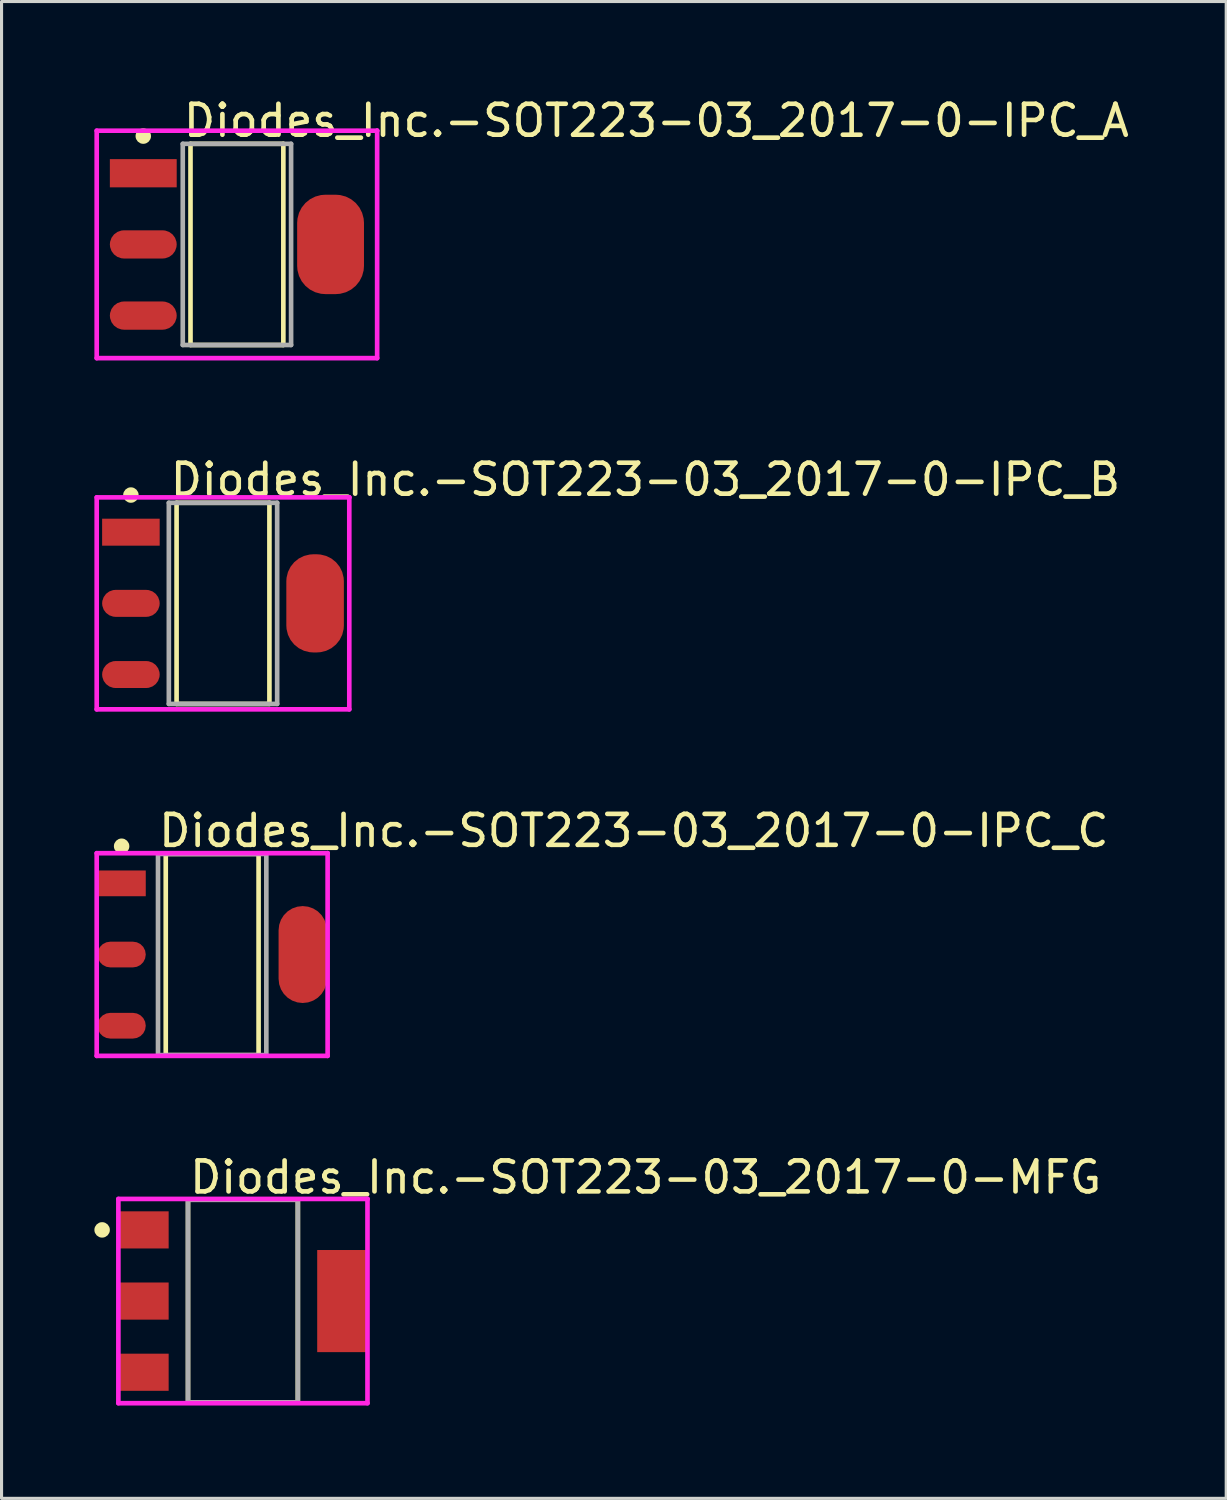
<source format=kicad_pcb>
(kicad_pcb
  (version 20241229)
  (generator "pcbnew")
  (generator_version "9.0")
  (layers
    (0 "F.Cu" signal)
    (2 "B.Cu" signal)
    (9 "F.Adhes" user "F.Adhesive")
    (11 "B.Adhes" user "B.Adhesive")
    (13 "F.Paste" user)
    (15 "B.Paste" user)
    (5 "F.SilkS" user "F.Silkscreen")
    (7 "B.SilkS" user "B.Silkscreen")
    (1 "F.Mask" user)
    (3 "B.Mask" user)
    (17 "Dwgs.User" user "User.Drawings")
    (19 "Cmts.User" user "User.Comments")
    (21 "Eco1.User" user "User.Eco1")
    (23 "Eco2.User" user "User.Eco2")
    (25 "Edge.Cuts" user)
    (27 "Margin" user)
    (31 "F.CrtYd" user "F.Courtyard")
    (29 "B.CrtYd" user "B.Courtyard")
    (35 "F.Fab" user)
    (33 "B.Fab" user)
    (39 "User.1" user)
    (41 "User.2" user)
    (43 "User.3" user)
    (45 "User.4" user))
  (footprint "Diodes_Inc.-SOT223-03_2017-0-IPC_C"
    (layer "F.Cu")
    (at 3.806 27.795)
    (property "Reference" "Diodes_Inc.-SOT223-03_2017-0-IPC_C" (at -1.806 -4 0) (layer "F.SilkS") (effects (font (size 1 1) (thickness 0.15)) (justify left)))
    (attr through_hole)
    (fp_line (start -1.5 -3.25) (end 1.5 -3.25) (stroke (width 0.15) (type solid)) (layer "F.SilkS"))
    (fp_line (start -1.5 3.25) (end -1.5 -3.25) (stroke (width 0.15) (type solid)) (layer "F.SilkS"))
    (fp_line (start -1.5 3.25) (end 1.5 3.25) (stroke (width 0.15) (type solid)) (layer "F.SilkS"))
    (fp_line (start 1.5 3.25) (end 1.5 -3.25) (stroke (width 0.15) (type solid)) (layer "F.SilkS"))
    (fp_circle (center -2.926 -3.5) (end -2.801 -3.5) (stroke (width 0.25) (type solid)) (fill no) (layer "F.SilkS"))
    (fp_line (start -3.731 -3.275) (end -3.731 3.275) (stroke (width 0.15) (type solid)) (layer "F.CrtYd"))
    (fp_line (start -3.731 3.275) (end 3.731 3.275) (stroke (width 0.15) (type solid)) (layer "F.CrtYd"))
    (fp_line (start 3.731 -3.275) (end -3.731 -3.275) (stroke (width 0.15) (type solid)) (layer "F.CrtYd"))
    (fp_line (start 3.731 -3.275) (end 3.731 -3.275) (stroke (width 0.15) (type solid)) (layer "F.CrtYd"))
    (fp_line (start 3.731 3.275) (end 3.731 -3.275) (stroke (width 0.15) (type solid)) (layer "F.CrtYd"))
    (fp_line (start -1.75 -3.25) (end 1.75 -3.25) (stroke (width 0.15) (type solid)) (layer "F.Fab"))
    (fp_line (start -1.75 3.25) (end -1.75 -3.25) (stroke (width 0.15) (type solid)) (layer "F.Fab"))
    (fp_line (start 1.75 -3.25) (end 1.75 3.25) (stroke (width 0.15) (type solid)) (layer "F.Fab"))
    (fp_line (start 1.75 3.25) (end -1.75 3.25) (stroke (width 0.15) (type solid)) (layer "F.Fab"))
    (pad "1" smd rect (at -2.926 -2.3) (size 1.56 0.832) (layers "F.Cu" "F.Mask" "F.Paste"))
    (pad "2" smd roundrect (at -2.926 0) (size 1.56 0.832) (layers "F.Cu" "F.Mask" "F.Paste") (roundrect_rratio 0.5))
    (pad "3" smd roundrect (at -2.926 2.3) (size 1.56 0.832) (layers "F.Cu" "F.Mask" "F.Paste") (roundrect_rratio 0.5))
    (pad "4" smd roundrect (at 2.926 0) (size 1.56 3.132) (layers "F.Cu" "F.Mask" "F.Paste") (roundrect_rratio 0.5)))
  (footprint "Diodes_Inc.-SOT223-03_2017-0-IPC_A"
    (layer "F.Cu")
    (at 4.606 4.848)
    (property "Reference" "Diodes_Inc.-SOT223-03_2017-0-IPC_A" (at -1.806 -4 0) (layer "F.SilkS") (effects (font (size 1 1) (thickness 0.15)) (justify left)))
    (attr through_hole)
    (fp_line (start -1.5 -3.25) (end 1.5 -3.25) (stroke (width 0.15) (type solid)) (layer "F.SilkS"))
    (fp_line (start -1.5 3.25) (end -1.5 -3.25) (stroke (width 0.15) (type solid)) (layer "F.SilkS"))
    (fp_line (start -1.5 3.25) (end 1.5 3.25) (stroke (width 0.15) (type solid)) (layer "F.SilkS"))
    (fp_line (start 1.5 3.25) (end 1.5 -3.25) (stroke (width 0.15) (type solid)) (layer "F.SilkS"))
    (fp_circle (center -3.026 -3.5) (end -2.901 -3.5) (stroke (width 0.25) (type solid)) (fill no) (layer "F.SilkS"))
    (fp_line (start -4.531 -3.675) (end -4.531 3.675) (stroke (width 0.15) (type solid)) (layer "F.CrtYd"))
    (fp_line (start -4.531 3.675) (end 4.531 3.675) (stroke (width 0.15) (type solid)) (layer "F.CrtYd"))
    (fp_line (start 4.531 -3.675) (end -4.531 -3.675) (stroke (width 0.15) (type solid)) (layer "F.CrtYd"))
    (fp_line (start 4.531 -3.675) (end 4.531 -3.675) (stroke (width 0.15) (type solid)) (layer "F.CrtYd"))
    (fp_line (start 4.531 3.675) (end 4.531 -3.675) (stroke (width 0.15) (type solid)) (layer "F.CrtYd"))
    (fp_line (start -1.75 -3.25) (end 1.75 -3.25) (stroke (width 0.15) (type solid)) (layer "F.Fab"))
    (fp_line (start -1.75 3.25) (end -1.75 -3.25) (stroke (width 0.15) (type solid)) (layer "F.Fab"))
    (fp_line (start 1.75 -3.25) (end 1.75 3.25) (stroke (width 0.15) (type solid)) (layer "F.Fab"))
    (fp_line (start 1.75 3.25) (end -1.75 3.25) (stroke (width 0.15) (type solid)) (layer "F.Fab"))
    (pad "1" smd rect (at -3.026 -2.3) (size 2.16 0.912) (layers "F.Cu" "F.Mask" "F.Paste"))
    (pad "2" smd roundrect (at -3.026 0) (size 2.16 0.912) (layers "F.Cu" "F.Mask" "F.Paste") (roundrect_rratio 0.5))
    (pad "3" smd roundrect (at -3.026 2.3) (size 2.16 0.912) (layers "F.Cu" "F.Mask" "F.Paste") (roundrect_rratio 0.5))
    (pad "4" smd roundrect (at 3.026 0) (size 2.16 3.212) (layers "F.Cu" "F.Mask" "F.Paste") (roundrect_rratio 0.422)))
  (footprint "Diodes_Inc.-SOT223-03_2017-0-MFG"
    (layer "F.Cu")
    (at 4.8 38.993)
    (property "Reference" "Diodes_Inc.-SOT223-03_2017-0-MFG" (at -1.8 -4 0) (layer "F.SilkS") (effects (font (size 1 1) (thickness 0.15)) (justify left)))
    (attr through_hole)
    (fp_line (start -1.775 -3.275) (end 1.775 -3.275) (stroke (width 0.15) (type solid)) (layer "F.SilkS"))
    (fp_line (start -1.775 3.275) (end -1.775 -3.275) (stroke (width 0.15) (type solid)) (layer "F.SilkS"))
    (fp_line (start -1.775 3.275) (end 1.775 3.275) (stroke (width 0.15) (type solid)) (layer "F.SilkS"))
    (fp_line (start 1.775 3.275) (end 1.775 -3.275) (stroke (width 0.15) (type solid)) (layer "F.SilkS"))
    (fp_circle (center -4.55 -2.3) (end -4.425 -2.3) (stroke (width 0.25) (type solid)) (fill no) (layer "F.SilkS"))
    (fp_line (start -4.025 -3.3) (end -4.025 3.3) (stroke (width 0.15) (type solid)) (layer "F.CrtYd"))
    (fp_line (start -4.025 3.3) (end 4.025 3.3) (stroke (width 0.15) (type solid)) (layer "F.CrtYd"))
    (fp_line (start 4.025 -3.3) (end -4.025 -3.3) (stroke (width 0.15) (type solid)) (layer "F.CrtYd"))
    (fp_line (start 4.025 -3.3) (end 4.025 -3.3) (stroke (width 0.15) (type solid)) (layer "F.CrtYd"))
    (fp_line (start 4.025 3.3) (end 4.025 -3.3) (stroke (width 0.15) (type solid)) (layer "F.CrtYd"))
    (fp_line (start -1.775 -3.275) (end 1.775 -3.275) (stroke (width 0.15) (type solid)) (layer "F.Fab"))
    (fp_line (start -1.775 3.275) (end -1.775 -3.275) (stroke (width 0.15) (type solid)) (layer "F.Fab"))
    (fp_line (start 1.775 -3.275) (end 1.775 3.275) (stroke (width 0.15) (type solid)) (layer "F.Fab"))
    (fp_line (start 1.775 3.275) (end -1.775 3.275) (stroke (width 0.15) (type solid)) (layer "F.Fab"))
    (pad "1" smd rect (at -3.2 -2.3) (size 1.6 1.2) (layers "F.Cu" "F.Mask" "F.Paste"))
    (pad "2" smd rect (at -3.2 0) (size 1.6 1.2) (layers "F.Cu" "F.Mask" "F.Paste"))
    (pad "3" smd rect (at -3.2 2.3) (size 1.6 1.2) (layers "F.Cu" "F.Mask" "F.Paste"))
    (pad "4" smd rect (at 3.2 0) (size 1.6 3.3) (layers "F.Cu" "F.Mask" "F.Paste")))
  (footprint "Diodes_Inc.-SOT223-03_2017-0-IPC_B"
    (layer "F.Cu")
    (at 4.156 16.447)
    (property "Reference" "Diodes_Inc.-SOT223-03_2017-0-IPC_B" (at -1.781 -4 0) (layer "F.SilkS") (effects (font (size 1 1) (thickness 0.15)) (justify left)))
    (attr through_hole)
    (fp_line (start -1.5 -3.25) (end 1.5 -3.25) (stroke (width 0.15) (type solid)) (layer "F.SilkS"))
    (fp_line (start -1.5 3.25) (end -1.5 -3.25) (stroke (width 0.15) (type solid)) (layer "F.SilkS"))
    (fp_line (start -1.5 3.25) (end 1.5 3.25) (stroke (width 0.15) (type solid)) (layer "F.SilkS"))
    (fp_line (start 1.5 3.25) (end 1.5 -3.25) (stroke (width 0.15) (type solid)) (layer "F.SilkS"))
    (fp_circle (center -2.976 -3.5) (end -2.851 -3.5) (stroke (width 0.25) (type solid)) (fill no) (layer "F.SilkS"))
    (fp_line (start -4.081 -3.425) (end -4.081 3.425) (stroke (width 0.15) (type solid)) (layer "F.CrtYd"))
    (fp_line (start -4.081 3.425) (end 4.081 3.425) (stroke (width 0.15) (type solid)) (layer "F.CrtYd"))
    (fp_line (start 4.081 -3.425) (end -4.081 -3.425) (stroke (width 0.15) (type solid)) (layer "F.CrtYd"))
    (fp_line (start 4.081 -3.425) (end 4.081 -3.425) (stroke (width 0.15) (type solid)) (layer "F.CrtYd"))
    (fp_line (start 4.081 3.425) (end 4.081 -3.425) (stroke (width 0.15) (type solid)) (layer "F.CrtYd"))
    (fp_line (start -1.75 -3.25) (end 1.75 -3.25) (stroke (width 0.15) (type solid)) (layer "F.Fab"))
    (fp_line (start -1.75 3.25) (end -1.75 -3.25) (stroke (width 0.15) (type solid)) (layer "F.Fab"))
    (fp_line (start 1.75 -3.25) (end 1.75 3.25) (stroke (width 0.15) (type solid)) (layer "F.Fab"))
    (fp_line (start 1.75 3.25) (end -1.75 3.25) (stroke (width 0.15) (type solid)) (layer "F.Fab"))
    (pad "1" smd rect (at -2.976 -2.3) (size 1.86 0.872) (layers "F.Cu" "F.Mask" "F.Paste"))
    (pad "2" smd roundrect (at -2.976 0) (size 1.86 0.872) (layers "F.Cu" "F.Mask" "F.Paste") (roundrect_rratio 0.5))
    (pad "3" smd roundrect (at -2.976 2.3) (size 1.86 0.872) (layers "F.Cu" "F.Mask" "F.Paste") (roundrect_rratio 0.5))
    (pad "4" smd roundrect (at 2.976 0) (size 1.86 3.172) (layers "F.Cu" "F.Mask" "F.Paste") (roundrect_rratio 0.469)))
  (gr_rect
    (start -3 -3)
    (end 36.574 45.368)
    (stroke (width 0.1) (type default))
    (fill no)
    (layer "Edge.Cuts")))
</source>
